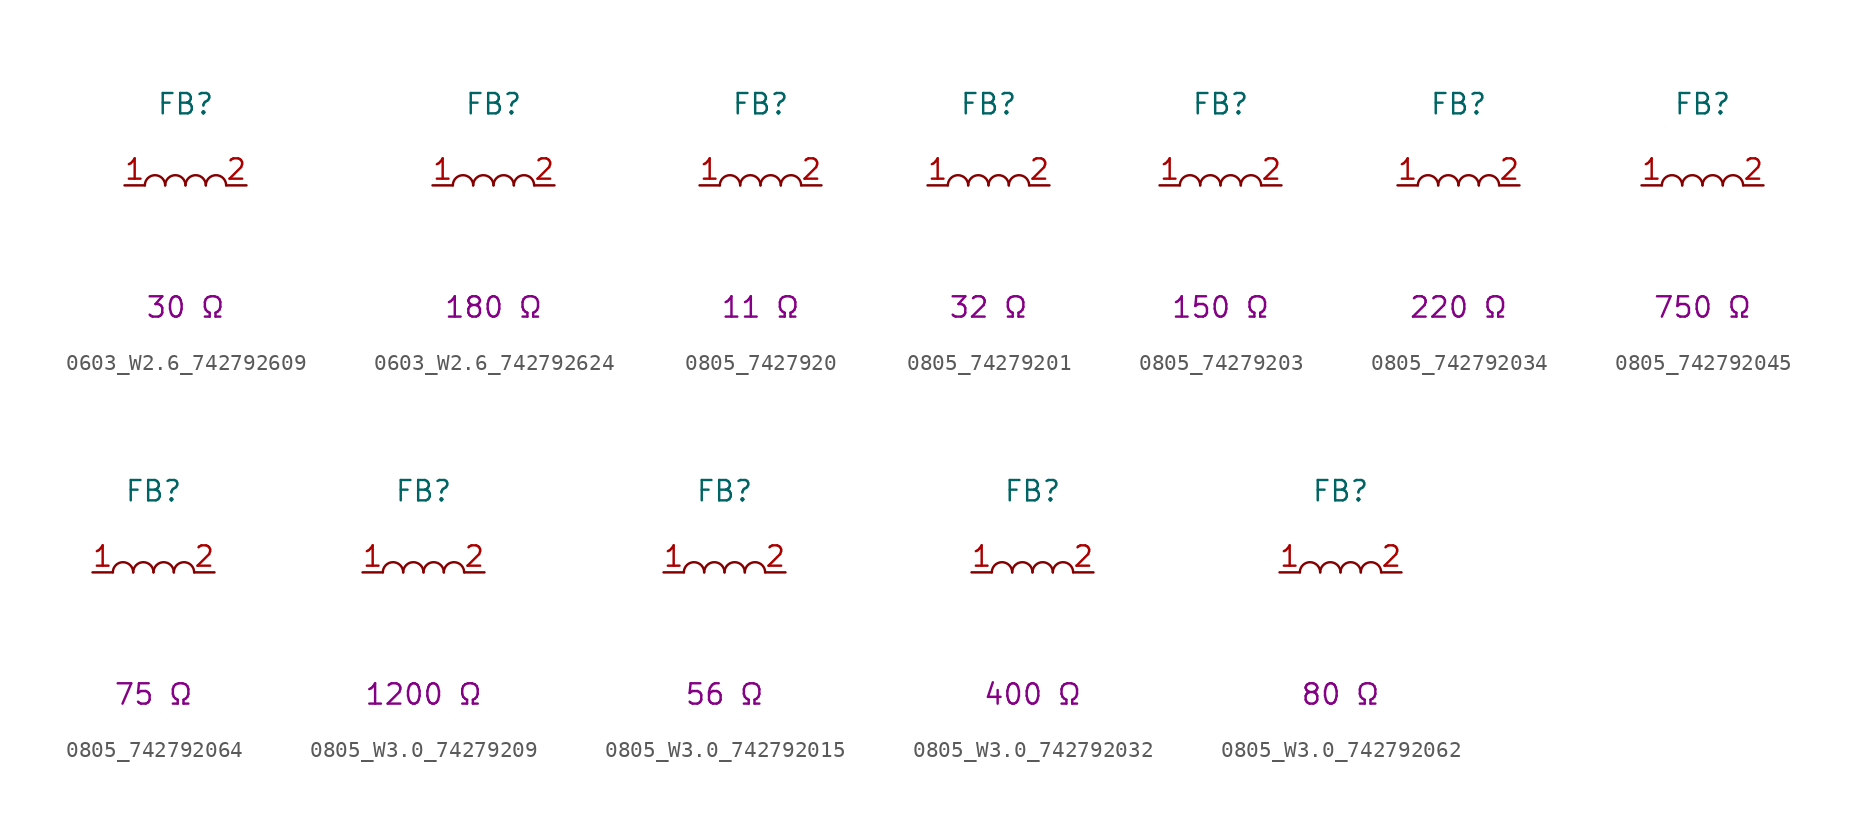
<source format=kicad_sym>
(kicad_symbol_lib
  (version 20220914)
  (generator kicad_symbol_editor)
  (symbol "0603_W2.6_742792609"
    (pin_names hide)
    (property "Reference" "FB"
      (at 0 5.08 0)
      (effects (font (size 1.27 1.27))))
    (property "Critical Parameter" "30 Ω"
      (at 0 -7.62 0)
      (effects (font (size 1.27 1.27))))
    (symbol "0603_W2.6_742792609_0_1"
      (arc (start -1.27 0) (mid -1.905 0.6323) (end -2.54 0) (stroke (width 0) (type default)) (fill (type none)))
      (arc (start 0 0) (mid -0.635 0.6323) (end -1.27 0) (stroke (width 0) (type default)) (fill (type none)))
      (arc (start 1.27 0) (mid 0.635 0.6323) (end 0 0) (stroke (width 0) (type default)) (fill (type none)))
      (arc (start 2.54 0) (mid 1.905 0.6323) (end 1.27 0) (stroke (width 0) (type default)) (fill (type none))))
    (symbol "0603_W2.6_742792609_1_1"
      (pin passive line (at -3.81 0 0) (length 1.27) (name "1" (effects (font (size 1.27 1.27)))) (number "1" (effects (font (size 1.27 1.27)))))
      (pin passive line (at 3.81 0 180) (length 1.27) (name "2" (effects (font (size 1.27 1.27)))) (number "2" (effects (font (size 1.27 1.27)))))))
  (symbol "0603_W2.6_742792624"
    (pin_names hide)
    (property "Reference" "FB"
      (at 0 5.08 0)
      (effects (font (size 1.27 1.27))))
    (property "Critical Parameter" "180 Ω"
      (at 0 -7.62 0)
      (effects (font (size 1.27 1.27))))
    (symbol "0603_W2.6_742792624_0_1"
      (arc (start -1.27 0) (mid -1.905 0.6323) (end -2.54 0) (stroke (width 0) (type default)) (fill (type none)))
      (arc (start 0 0) (mid -0.635 0.6323) (end -1.27 0) (stroke (width 0) (type default)) (fill (type none)))
      (arc (start 1.27 0) (mid 0.635 0.6323) (end 0 0) (stroke (width 0) (type default)) (fill (type none)))
      (arc (start 2.54 0) (mid 1.905 0.6323) (end 1.27 0) (stroke (width 0) (type default)) (fill (type none))))
    (symbol "0603_W2.6_742792624_1_1"
      (pin passive line (at -3.81 0 0) (length 1.27) (name "1" (effects (font (size 1.27 1.27)))) (number "1" (effects (font (size 1.27 1.27)))))
      (pin passive line (at 3.81 0 180) (length 1.27) (name "2" (effects (font (size 1.27 1.27)))) (number "2" (effects (font (size 1.27 1.27)))))))
  (symbol "0805_7427920"
    (pin_names hide)
    (property "Reference" "FB"
      (at 0 5.08 0)
      (effects (font (size 1.27 1.27))))
    (property "Critical Parameter" "11 Ω"
      (at 0 -7.62 0)
      (effects (font (size 1.27 1.27))))
    (symbol "0805_7427920_0_1"
      (arc (start -1.27 0) (mid -1.905 0.6323) (end -2.54 0) (stroke (width 0) (type default)) (fill (type none)))
      (arc (start 0 0) (mid -0.635 0.6323) (end -1.27 0) (stroke (width 0) (type default)) (fill (type none)))
      (arc (start 1.27 0) (mid 0.635 0.6323) (end 0 0) (stroke (width 0) (type default)) (fill (type none)))
      (arc (start 2.54 0) (mid 1.905 0.6323) (end 1.27 0) (stroke (width 0) (type default)) (fill (type none))))
    (symbol "0805_7427920_1_1"
      (pin passive line (at -3.81 0 0) (length 1.27) (name "1" (effects (font (size 1.27 1.27)))) (number "1" (effects (font (size 1.27 1.27)))))
      (pin passive line (at 3.81 0 180) (length 1.27) (name "2" (effects (font (size 1.27 1.27)))) (number "2" (effects (font (size 1.27 1.27)))))))
  (symbol "0805_74279201"
    (pin_names hide)
    (property "Reference" "FB"
      (at 0 5.08 0)
      (effects (font (size 1.27 1.27))))
    (property "Critical Parameter" "32 Ω"
      (at 0 -7.62 0)
      (effects (font (size 1.27 1.27))))
    (symbol "0805_74279201_0_1"
      (arc (start -1.27 0) (mid -1.905 0.6323) (end -2.54 0) (stroke (width 0) (type default)) (fill (type none)))
      (arc (start 0 0) (mid -0.635 0.6323) (end -1.27 0) (stroke (width 0) (type default)) (fill (type none)))
      (arc (start 1.27 0) (mid 0.635 0.6323) (end 0 0) (stroke (width 0) (type default)) (fill (type none)))
      (arc (start 2.54 0) (mid 1.905 0.6323) (end 1.27 0) (stroke (width 0) (type default)) (fill (type none))))
    (symbol "0805_74279201_1_1"
      (pin passive line (at -3.81 0 0) (length 1.27) (name "1" (effects (font (size 1.27 1.27)))) (number "1" (effects (font (size 1.27 1.27)))))
      (pin passive line (at 3.81 0 180) (length 1.27) (name "2" (effects (font (size 1.27 1.27)))) (number "2" (effects (font (size 1.27 1.27)))))))
  (symbol "0805_74279203"
    (pin_names hide)
    (property "Reference" "FB"
      (at 0 5.08 0)
      (effects (font (size 1.27 1.27))))
    (property "Critical Parameter" "150 Ω"
      (at 0 -7.62 0)
      (effects (font (size 1.27 1.27))))
    (symbol "0805_74279203_0_1"
      (arc (start -1.27 0) (mid -1.905 0.6323) (end -2.54 0) (stroke (width 0) (type default)) (fill (type none)))
      (arc (start 0 0) (mid -0.635 0.6323) (end -1.27 0) (stroke (width 0) (type default)) (fill (type none)))
      (arc (start 1.27 0) (mid 0.635 0.6323) (end 0 0) (stroke (width 0) (type default)) (fill (type none)))
      (arc (start 2.54 0) (mid 1.905 0.6323) (end 1.27 0) (stroke (width 0) (type default)) (fill (type none))))
    (symbol "0805_74279203_1_1"
      (pin passive line (at -3.81 0 0) (length 1.27) (name "1" (effects (font (size 1.27 1.27)))) (number "1" (effects (font (size 1.27 1.27)))))
      (pin passive line (at 3.81 0 180) (length 1.27) (name "2" (effects (font (size 1.27 1.27)))) (number "2" (effects (font (size 1.27 1.27)))))))
  (symbol "0805_742792034"
    (pin_names hide)
    (property "Reference" "FB"
      (at 0 5.08 0)
      (effects (font (size 1.27 1.27))))
    (property "Critical Parameter" "220 Ω"
      (at 0 -7.62 0)
      (effects (font (size 1.27 1.27))))
    (symbol "0805_742792034_0_1"
      (arc (start -1.27 0) (mid -1.905 0.6323) (end -2.54 0) (stroke (width 0) (type default)) (fill (type none)))
      (arc (start 0 0) (mid -0.635 0.6323) (end -1.27 0) (stroke (width 0) (type default)) (fill (type none)))
      (arc (start 1.27 0) (mid 0.635 0.6323) (end 0 0) (stroke (width 0) (type default)) (fill (type none)))
      (arc (start 2.54 0) (mid 1.905 0.6323) (end 1.27 0) (stroke (width 0) (type default)) (fill (type none))))
    (symbol "0805_742792034_1_1"
      (pin passive line (at -3.81 0 0) (length 1.27) (name "1" (effects (font (size 1.27 1.27)))) (number "1" (effects (font (size 1.27 1.27)))))
      (pin passive line (at 3.81 0 180) (length 1.27) (name "2" (effects (font (size 1.27 1.27)))) (number "2" (effects (font (size 1.27 1.27)))))))
  (symbol "0805_742792045"
    (pin_names hide)
    (property "Reference" "FB"
      (at 0 5.08 0)
      (effects (font (size 1.27 1.27))))
    (property "Critical Parameter" "750 Ω"
      (at 0 -7.62 0)
      (effects (font (size 1.27 1.27))))
    (symbol "0805_742792045_0_1"
      (arc (start -1.27 0) (mid -1.905 0.6323) (end -2.54 0) (stroke (width 0) (type default)) (fill (type none)))
      (arc (start 0 0) (mid -0.635 0.6323) (end -1.27 0) (stroke (width 0) (type default)) (fill (type none)))
      (arc (start 1.27 0) (mid 0.635 0.6323) (end 0 0) (stroke (width 0) (type default)) (fill (type none)))
      (arc (start 2.54 0) (mid 1.905 0.6323) (end 1.27 0) (stroke (width 0) (type default)) (fill (type none))))
    (symbol "0805_742792045_1_1"
      (pin passive line (at -3.81 0 0) (length 1.27) (name "1" (effects (font (size 1.27 1.27)))) (number "1" (effects (font (size 1.27 1.27)))))
      (pin passive line (at 3.81 0 180) (length 1.27) (name "2" (effects (font (size 1.27 1.27)))) (number "2" (effects (font (size 1.27 1.27)))))))
  (symbol "0805_742792064"
    (pin_names hide)
    (property "Reference" "FB"
      (at 0 5.08 0)
      (effects (font (size 1.27 1.27))))
    (property "Critical Parameter" "75 Ω"
      (at 0 -7.62 0)
      (effects (font (size 1.27 1.27))))
    (symbol "0805_742792064_0_1"
      (arc (start -1.27 0) (mid -1.905 0.6323) (end -2.54 0) (stroke (width 0) (type default)) (fill (type none)))
      (arc (start 0 0) (mid -0.635 0.6323) (end -1.27 0) (stroke (width 0) (type default)) (fill (type none)))
      (arc (start 1.27 0) (mid 0.635 0.6323) (end 0 0) (stroke (width 0) (type default)) (fill (type none)))
      (arc (start 2.54 0) (mid 1.905 0.6323) (end 1.27 0) (stroke (width 0) (type default)) (fill (type none))))
    (symbol "0805_742792064_1_1"
      (pin passive line (at -3.81 0 0) (length 1.27) (name "1" (effects (font (size 1.27 1.27)))) (number "1" (effects (font (size 1.27 1.27)))))
      (pin passive line (at 3.81 0 180) (length 1.27) (name "2" (effects (font (size 1.27 1.27)))) (number "2" (effects (font (size 1.27 1.27)))))))
  (symbol "0805_W3.0_74279209"
    (pin_names hide)
    (property "Reference" "FB"
      (at 0 5.08 0)
      (effects (font (size 1.27 1.27))))
    (property "Critical Parameter" "1200 Ω"
      (at 0 -7.62 0)
      (effects (font (size 1.27 1.27))))
    (symbol "0805_W3.0_74279209_0_1"
      (arc (start -1.27 0) (mid -1.905 0.6323) (end -2.54 0) (stroke (width 0) (type default)) (fill (type none)))
      (arc (start 0 0) (mid -0.635 0.6323) (end -1.27 0) (stroke (width 0) (type default)) (fill (type none)))
      (arc (start 1.27 0) (mid 0.635 0.6323) (end 0 0) (stroke (width 0) (type default)) (fill (type none)))
      (arc (start 2.54 0) (mid 1.905 0.6323) (end 1.27 0) (stroke (width 0) (type default)) (fill (type none))))
    (symbol "0805_W3.0_74279209_1_1"
      (pin passive line (at -3.81 0 0) (length 1.27) (name "1" (effects (font (size 1.27 1.27)))) (number "1" (effects (font (size 1.27 1.27)))))
      (pin passive line (at 3.81 0 180) (length 1.27) (name "2" (effects (font (size 1.27 1.27)))) (number "2" (effects (font (size 1.27 1.27)))))))
  (symbol "0805_W3.0_742792015"
    (pin_names hide)
    (property "Reference" "FB"
      (at 0 5.08 0)
      (effects (font (size 1.27 1.27))))
    (property "Critical Parameter" "56 Ω"
      (at 0 -7.62 0)
      (effects (font (size 1.27 1.27))))
    (symbol "0805_W3.0_742792015_0_1"
      (arc (start -1.27 0) (mid -1.905 0.6323) (end -2.54 0) (stroke (width 0) (type default)) (fill (type none)))
      (arc (start 0 0) (mid -0.635 0.6323) (end -1.27 0) (stroke (width 0) (type default)) (fill (type none)))
      (arc (start 1.27 0) (mid 0.635 0.6323) (end 0 0) (stroke (width 0) (type default)) (fill (type none)))
      (arc (start 2.54 0) (mid 1.905 0.6323) (end 1.27 0) (stroke (width 0) (type default)) (fill (type none))))
    (symbol "0805_W3.0_742792015_1_1"
      (pin passive line (at -3.81 0 0) (length 1.27) (name "1" (effects (font (size 1.27 1.27)))) (number "1" (effects (font (size 1.27 1.27)))))
      (pin passive line (at 3.81 0 180) (length 1.27) (name "2" (effects (font (size 1.27 1.27)))) (number "2" (effects (font (size 1.27 1.27)))))))
  (symbol "0805_W3.0_742792032"
    (pin_names hide)
    (property "Reference" "FB"
      (at 0 5.08 0)
      (effects (font (size 1.27 1.27))))
    (property "Critical Parameter" "400 Ω"
      (at 0 -7.62 0)
      (effects (font (size 1.27 1.27))))
    (symbol "0805_W3.0_742792032_0_1"
      (arc (start -1.27 0) (mid -1.905 0.6323) (end -2.54 0) (stroke (width 0) (type default)) (fill (type none)))
      (arc (start 0 0) (mid -0.635 0.6323) (end -1.27 0) (stroke (width 0) (type default)) (fill (type none)))
      (arc (start 1.27 0) (mid 0.635 0.6323) (end 0 0) (stroke (width 0) (type default)) (fill (type none)))
      (arc (start 2.54 0) (mid 1.905 0.6323) (end 1.27 0) (stroke (width 0) (type default)) (fill (type none))))
    (symbol "0805_W3.0_742792032_1_1"
      (pin passive line (at -3.81 0 0) (length 1.27) (name "1" (effects (font (size 1.27 1.27)))) (number "1" (effects (font (size 1.27 1.27)))))
      (pin passive line (at 3.81 0 180) (length 1.27) (name "2" (effects (font (size 1.27 1.27)))) (number "2" (effects (font (size 1.27 1.27)))))))
  (symbol "0805_W3.0_742792062"
    (pin_names hide)
    (property "Reference" "FB"
      (at 0 5.08 0)
      (effects (font (size 1.27 1.27))))
    (property "Critical Parameter" "80 Ω"
      (at 0 -7.62 0)
      (effects (font (size 1.27 1.27))))
    (symbol "0805_W3.0_742792062_0_1"
      (arc (start -1.27 0) (mid -1.905 0.6323) (end -2.54 0) (stroke (width 0) (type default)) (fill (type none)))
      (arc (start 0 0) (mid -0.635 0.6323) (end -1.27 0) (stroke (width 0) (type default)) (fill (type none)))
      (arc (start 1.27 0) (mid 0.635 0.6323) (end 0 0) (stroke (width 0) (type default)) (fill (type none)))
      (arc (start 2.54 0) (mid 1.905 0.6323) (end 1.27 0) (stroke (width 0) (type default)) (fill (type none))))
    (symbol "0805_W3.0_742792062_1_1"
      (pin passive line (at -3.81 0 0) (length 1.27) (name "1" (effects (font (size 1.27 1.27)))) (number "1" (effects (font (size 1.27 1.27)))))
      (pin passive line (at 3.81 0 180) (length 1.27) (name "2" (effects (font (size 1.27 1.27)))) (number "2" (effects (font (size 1.27 1.27))))))))
</source>
